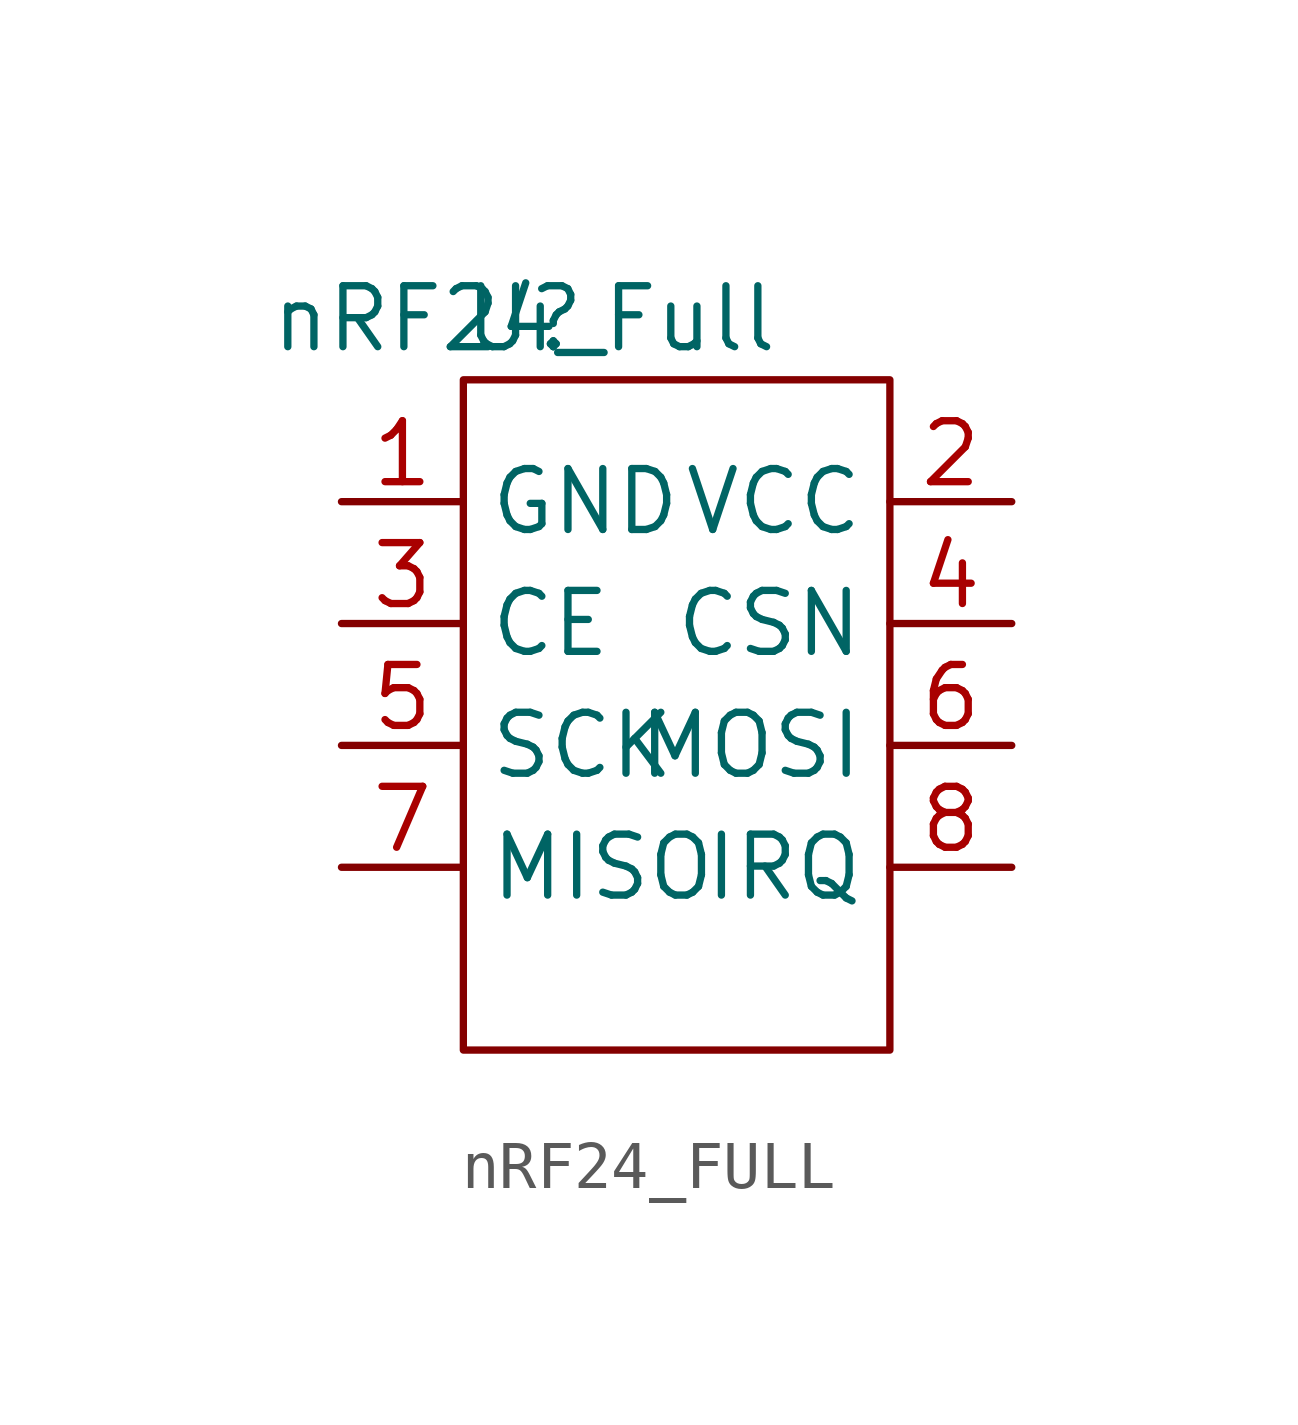
<source format=kicad_sym>
(kicad_symbol_lib
  (version 20220914)
  (generator kicad_symbol_editor)
  (symbol "nRF24_FULL"
    (property "Reference" "U"
      (at 0 0 0)
      (effects (font (size 1.27 1.27))))
    (property "Value" "nRF24_Full"
      (at 0 0 0)
      (effects (font (size 1.27 1.27))))
    (symbol "nRF24_FULL_0_1"
      (rectangle (start -1.27 -1.27) (end 7.62 -15.24) (stroke (width 0) (type default)) (fill (type none))))
    (symbol "nRF24_FULL_1_1"
      (pin power_in line (at -3.81 -3.81 0) (length 2.54) (name "GND" (effects (font (size 1.27 1.27)))) (number "1" (effects (font (size 1.27 1.27)))))
      (pin power_in line (at 10.16 -3.81 180) (length 2.54) (name "VCC" (effects (font (size 1.27 1.27)))) (number "2" (effects (font (size 1.27 1.27)))))
      (pin input line (at -3.81 -6.35 0) (length 2.54) (name "CE" (effects (font (size 1.27 1.27)))) (number "3" (effects (font (size 1.27 1.27)))))
      (pin input line (at 10.16 -6.35 180) (length 2.54) (name "CSN" (effects (font (size 1.27 1.27)))) (number "4" (effects (font (size 1.27 1.27)))))
      (pin input line (at -3.81 -8.89 0) (length 2.54) (name "SCK" (effects (font (size 1.27 1.27)))) (number "5" (effects (font (size 1.27 1.27)))))
      (pin input line (at 10.16 -8.89 180) (length 2.54) (name "MOSI" (effects (font (size 1.27 1.27)))) (number "6" (effects (font (size 1.27 1.27)))))
      (pin output line (at -3.81 -11.43 0) (length 2.54) (name "MISO" (effects (font (size 1.27 1.27)))) (number "7" (effects (font (size 1.27 1.27)))))
      (pin input line (at 10.16 -11.43 180) (length 2.54) (name "IRQ" (effects (font (size 1.27 1.27)))) (number "8" (effects (font (size 1.27 1.27))))))))
</source>
